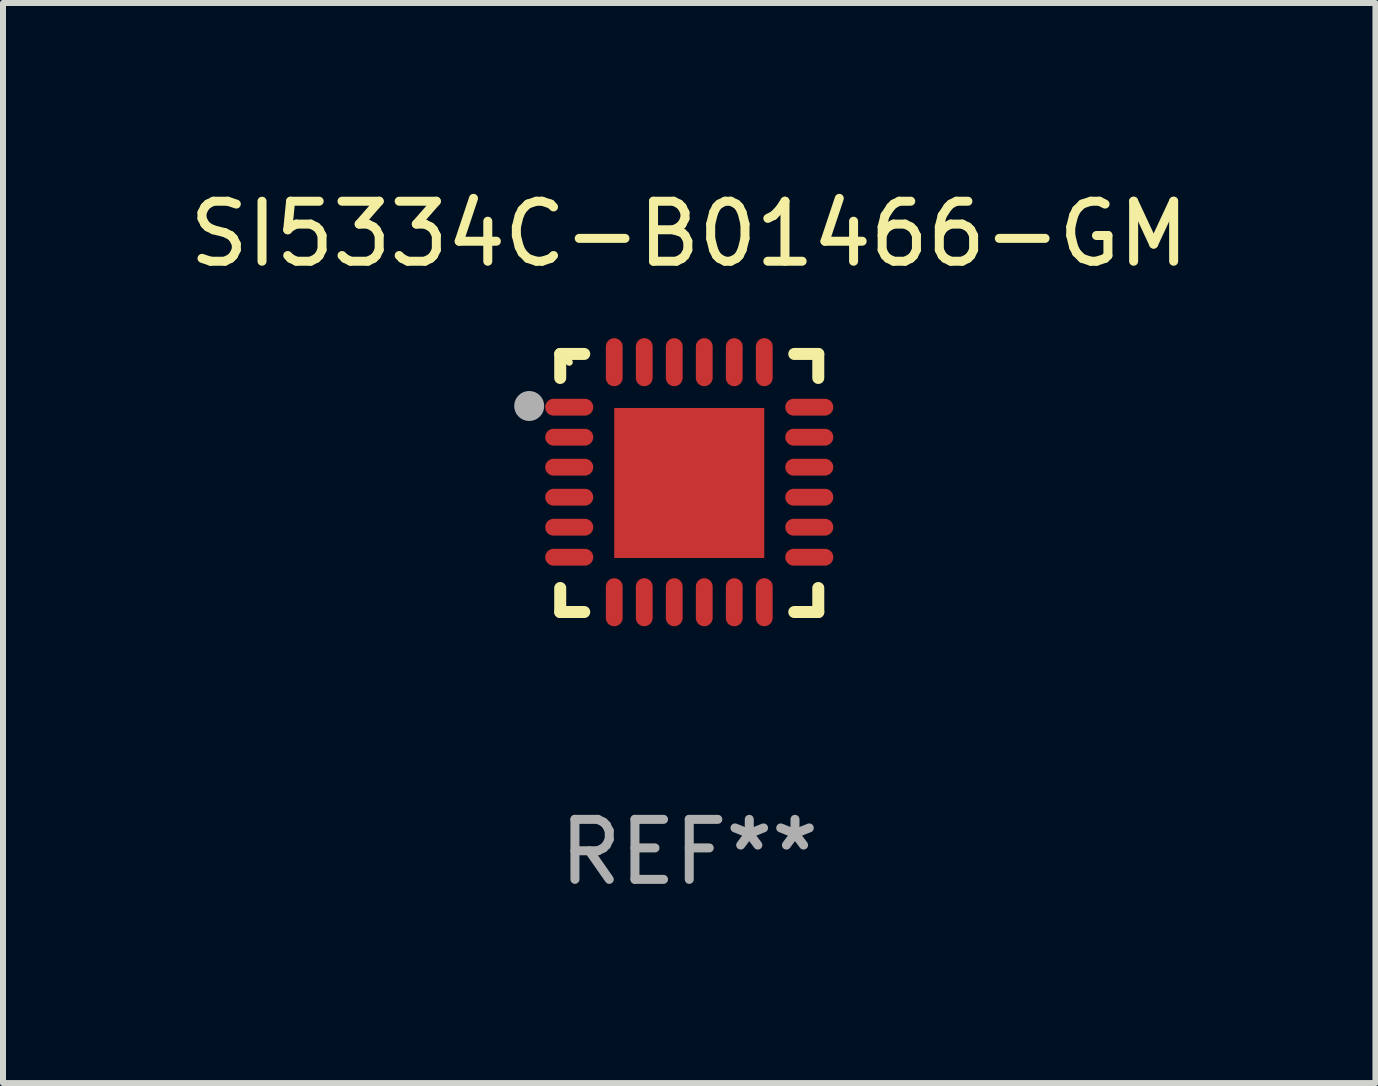
<source format=kicad_pcb>
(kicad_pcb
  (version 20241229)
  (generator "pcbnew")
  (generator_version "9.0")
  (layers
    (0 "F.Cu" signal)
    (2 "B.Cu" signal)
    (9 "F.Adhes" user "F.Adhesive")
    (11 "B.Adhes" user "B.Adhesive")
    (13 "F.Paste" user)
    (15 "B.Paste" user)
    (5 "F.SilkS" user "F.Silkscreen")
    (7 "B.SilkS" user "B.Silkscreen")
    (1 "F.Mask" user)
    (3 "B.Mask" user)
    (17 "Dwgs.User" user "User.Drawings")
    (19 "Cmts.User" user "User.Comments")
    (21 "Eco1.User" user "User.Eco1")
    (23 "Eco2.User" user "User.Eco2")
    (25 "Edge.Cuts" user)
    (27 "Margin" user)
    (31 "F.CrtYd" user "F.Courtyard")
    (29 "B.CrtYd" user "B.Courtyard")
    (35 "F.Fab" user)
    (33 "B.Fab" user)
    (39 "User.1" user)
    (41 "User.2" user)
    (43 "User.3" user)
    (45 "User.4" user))
  (footprint "SI5334C-B01466-GM"
    (layer "F.Cu")
    (at 8.435 4.998)
    (property "Reference" "SI5334C-B01466-GM" (at 0 -4.15 0) (layer "F.SilkS") (effects (font (size 1 1) (thickness 0.15))))
    (attr through_hole)
    (fp_line (start -2.15 -2.15) (end -1.75 -2.15) (stroke (width 0.2) (type solid)) (layer "F.SilkS"))
    (fp_line (start -2.15 -1.75) (end -2.15 -2.15) (stroke (width 0.2) (type solid)) (layer "F.SilkS"))
    (fp_line (start -2.15 2.15) (end -2.15 1.75) (stroke (width 0.2) (type solid)) (layer "F.SilkS"))
    (fp_line (start -1.75 2.15) (end -2.15 2.15) (stroke (width 0.2) (type solid)) (layer "F.SilkS"))
    (fp_line (start 1.75 -2.15) (end 2.15 -2.15) (stroke (width 0.2) (type solid)) (layer "F.SilkS"))
    (fp_line (start 1.75 2.15) (end 2.15 2.15) (stroke (width 0.2) (type solid)) (layer "F.SilkS"))
    (fp_line (start 2.15 -2.15) (end 2.15 -1.75) (stroke (width 0.2) (type solid)) (layer "F.SilkS"))
    (fp_line (start 2.15 2.15) (end 2.15 1.75) (stroke (width 0.2) (type solid)) (layer "F.SilkS"))
    (fp_circle (center -2 -2.013) (end -1.97 -2.013) (stroke (width 0.06) (type solid)) (fill no) (layer "F.SilkS"))
    (fp_circle (center -2.667 -1.283) (end -2.542 -1.283) (stroke (width 0.25) (type solid)) (fill no) (layer "F.Fab"))
    (fp_text user "REF**" (at 0 6.15 0) (layer "F.Fab") (effects (font (size 1 1) (thickness 0.15))))
    (pad "1" smd oval (at -2 -1.263) (size 0.8 0.28) (layers "F.Cu" "F.Mask" "F.Paste"))
    (pad "2" smd oval (at -2 -0.763) (size 0.8 0.28) (layers "F.Cu" "F.Mask" "F.Paste"))
    (pad "3" smd oval (at -2 -0.263) (size 0.8 0.28) (layers "F.Cu" "F.Mask" "F.Paste"))
    (pad "4" smd oval (at -2 0.237) (size 0.8 0.28) (layers "F.Cu" "F.Mask" "F.Paste"))
    (pad "5" smd oval (at -2 0.737) (size 0.8 0.28) (layers "F.Cu" "F.Mask" "F.Paste"))
    (pad "6" smd oval (at -2 1.237) (size 0.8 0.28) (layers "F.Cu" "F.Mask" "F.Paste"))
    (pad "7" smd oval (at -1.25 1.987) (size 0.28 0.8) (layers "F.Cu" "F.Mask" "F.Paste"))
    (pad "8" smd oval (at -0.75 1.987) (size 0.28 0.8) (layers "F.Cu" "F.Mask" "F.Paste"))
    (pad "9" smd oval (at -0.25 1.987) (size 0.28 0.8) (layers "F.Cu" "F.Mask" "F.Paste"))
    (pad "10" smd oval (at 0.25 1.987) (size 0.28 0.8) (layers "F.Cu" "F.Mask" "F.Paste"))
    (pad "11" smd oval (at 0.75 1.987) (size 0.28 0.8) (layers "F.Cu" "F.Mask" "F.Paste"))
    (pad "12" smd oval (at 1.25 1.987) (size 0.28 0.8) (layers "F.Cu" "F.Mask" "F.Paste"))
    (pad "13" smd oval (at 2 1.237) (size 0.8 0.28) (layers "F.Cu" "F.Mask" "F.Paste"))
    (pad "14" smd oval (at 2 0.737) (size 0.8 0.28) (layers "F.Cu" "F.Mask" "F.Paste"))
    (pad "15" smd oval (at 2 0.237) (size 0.8 0.28) (layers "F.Cu" "F.Mask" "F.Paste"))
    (pad "16" smd oval (at 2 -0.263) (size 0.8 0.28) (layers "F.Cu" "F.Mask" "F.Paste"))
    (pad "17" smd oval (at 2 -0.763) (size 0.8 0.28) (layers "F.Cu" "F.Mask" "F.Paste"))
    (pad "18" smd oval (at 2 -1.263) (size 0.8 0.28) (layers "F.Cu" "F.Mask" "F.Paste"))
    (pad "19" smd oval (at 1.25 -2.013) (size 0.28 0.8) (layers "F.Cu" "F.Mask" "F.Paste"))
    (pad "20" smd oval (at 0.75 -2.013) (size 0.28 0.8) (layers "F.Cu" "F.Mask" "F.Paste"))
    (pad "21" smd oval (at 0.25 -2.013) (size 0.28 0.8) (layers "F.Cu" "F.Mask" "F.Paste"))
    (pad "22" smd oval (at -0.25 -2.013) (size 0.28 0.8) (layers "F.Cu" "F.Mask" "F.Paste"))
    (pad "23" smd oval (at -0.75 -2.013) (size 0.28 0.8) (layers "F.Cu" "F.Mask" "F.Paste"))
    (pad "24" smd oval (at -1.25 -2.013) (size 0.28 0.8) (layers "F.Cu" "F.Mask" "F.Paste"))
    (pad "25" smd rect (at -0.000127 -0.00014) (size 2.5 2.5) (layers "F.Cu" "F.Mask" "F.Paste")))
  (gr_rect
    (start -3 -3)
    (end 19.869 14.997)
    (stroke (width 0.1) (type default))
    (fill no)
    (layer "Edge.Cuts")))
</source>
